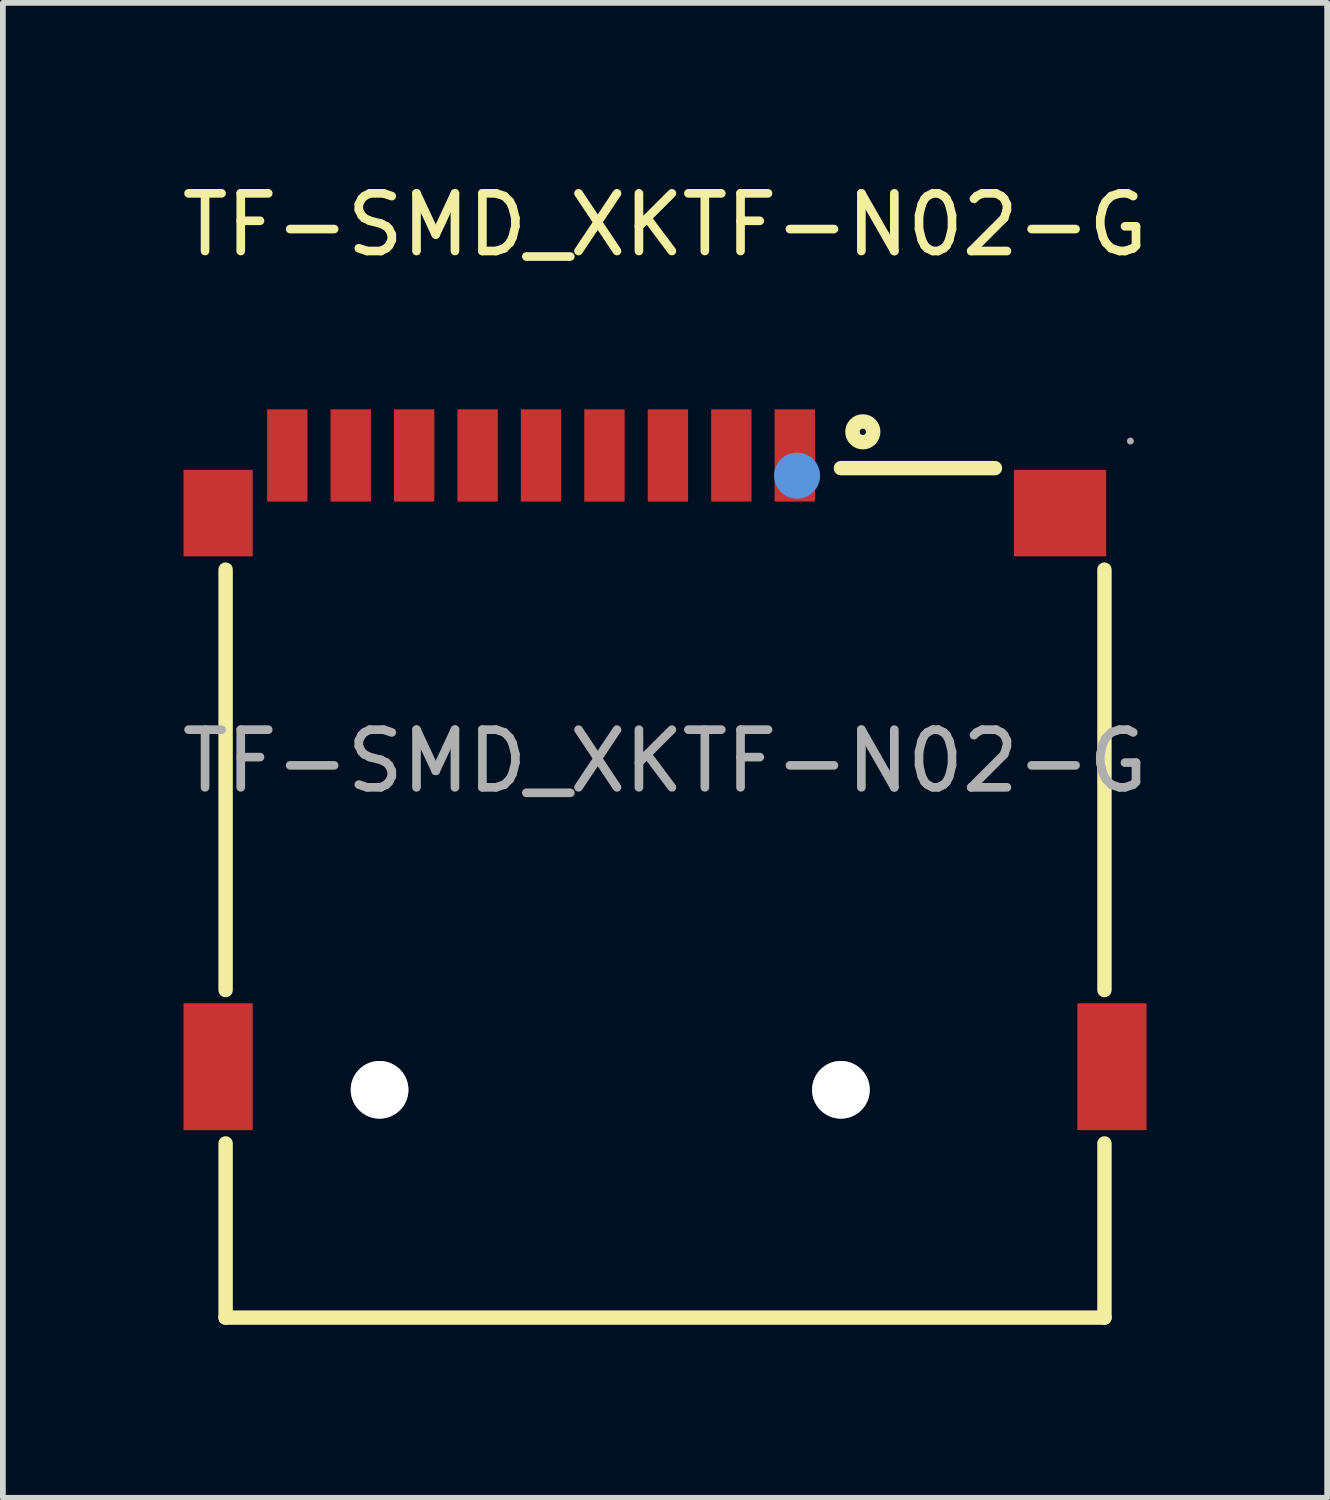
<source format=kicad_pcb>
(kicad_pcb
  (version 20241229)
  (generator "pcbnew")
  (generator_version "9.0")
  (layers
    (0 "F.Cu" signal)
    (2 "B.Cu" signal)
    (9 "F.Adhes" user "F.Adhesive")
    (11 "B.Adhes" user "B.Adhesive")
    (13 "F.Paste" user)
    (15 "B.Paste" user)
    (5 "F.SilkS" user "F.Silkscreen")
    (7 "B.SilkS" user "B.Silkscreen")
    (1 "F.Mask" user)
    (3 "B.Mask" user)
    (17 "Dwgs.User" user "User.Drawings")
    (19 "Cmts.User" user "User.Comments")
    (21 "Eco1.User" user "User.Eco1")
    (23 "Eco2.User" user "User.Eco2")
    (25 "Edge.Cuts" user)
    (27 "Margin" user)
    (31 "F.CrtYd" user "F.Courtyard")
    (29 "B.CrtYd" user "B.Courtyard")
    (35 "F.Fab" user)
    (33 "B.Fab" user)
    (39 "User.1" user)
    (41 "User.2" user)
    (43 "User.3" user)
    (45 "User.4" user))
  (footprint "TF-SMD_XKTF-N02-G"
    (layer "F.Cu")
    (at 8.482 10.148)
    (property "Reference" "TF-SMD_XKTF-N02-G" (at 0 -9.3 0) (layer "F.SilkS") (effects (font (size 1 1) (thickness 0.15))))
    (attr smd)
    (fp_line (start -7.62 -3.32) (end -7.62 3.97) (stroke (width 0.25) (type solid)) (layer "F.SilkS"))
    (fp_line (start -7.62 6.63) (end -7.62 9.65) (stroke (width 0.25) (type solid)) (layer "F.SilkS"))
    (fp_line (start -7.62 9.65) (end 7.62 9.65) (stroke (width 0.25) (type solid)) (layer "F.SilkS"))
    (fp_line (start 3.05 -5.08) (end 5.72 -5.08) (stroke (width 0.25) (type solid)) (layer "F.SilkS"))
    (fp_line (start 7.62 3.97) (end 7.62 -3.32) (stroke (width 0.25) (type solid)) (layer "F.SilkS"))
    (fp_line (start 7.62 9.65) (end 7.62 6.63) (stroke (width 0.25) (type solid)) (layer "F.SilkS"))
    (fp_circle (center 3.43 -5.71) (end 3.61 -5.71) (stroke (width 0.25) (type solid)) (fill no) (layer "F.SilkS"))
    (fp_circle (center 2.29 -4.95) (end 2.49 -4.95) (stroke (width 0.4) (type solid)) (fill no) (layer "Cmts.User"))
    (fp_circle (center -4.95 5.7) (end -4.75 5.7) (stroke (width 0.4) (type solid)) (fill no) (layer "F.Fab"))
    (fp_circle (center 3.05 5.7) (end 3.25 5.7) (stroke (width 0.4) (type solid)) (fill no) (layer "F.Fab"))
    (fp_circle (center 8.07 -5.55) (end 8.1 -5.55) (stroke (width 0.06) (type solid)) (fill no) (layer "F.Fab"))
    (fp_text user "${REFERENCE}" (at 0 0 0) (layer "F.Fab") (effects (font (size 1 1) (thickness 0.15))))
    (pad "" thru_hole circle (at -4.95 5.7) (size 1 1) (drill 1) (layers "*.Cu" "*.Mask"))
    (pad "" thru_hole circle (at 3.05 5.7) (size 1 1) (drill 1) (layers "*.Cu" "*.Mask"))
    (pad "1" smd rect (at 2.25 -5.3) (size 0.7 1.6) (layers "F.Cu" "F.Mask" "F.Paste"))
    (pad "2" smd rect (at 1.15 -5.3) (size 0.7 1.6) (layers "F.Cu" "F.Mask" "F.Paste"))
    (pad "3" smd rect (at 0.05 -5.3) (size 0.7 1.6) (layers "F.Cu" "F.Mask" "F.Paste"))
    (pad "4" smd rect (at -1.05 -5.3) (size 0.7 1.6) (layers "F.Cu" "F.Mask" "F.Paste"))
    (pad "5" smd rect (at -2.15 -5.3) (size 0.7 1.6) (layers "F.Cu" "F.Mask" "F.Paste"))
    (pad "6" smd rect (at -3.25 -5.3) (size 0.7 1.6) (layers "F.Cu" "F.Mask" "F.Paste"))
    (pad "7" smd rect (at -4.35 -5.3) (size 0.7 1.6) (layers "F.Cu" "F.Mask" "F.Paste"))
    (pad "8" smd rect (at -5.45 -5.3) (size 0.7 1.6) (layers "F.Cu" "F.Mask" "F.Paste"))
    (pad "9" smd rect (at -6.55 -5.3) (size 0.7 1.6) (layers "F.Cu" "F.Mask" "F.Paste"))
    (pad "10" smd rect (at -7.75 -4.3) (size 1.2 1.5) (layers "F.Cu" "F.Mask" "F.Paste"))
    (pad "10" smd rect (at -7.75 5.3) (size 1.2 2.2) (layers "F.Cu" "F.Mask" "F.Paste"))
    (pad "10" smd rect (at 6.85 -4.3) (size 1.6 1.5) (layers "F.Cu" "F.Mask" "F.Paste"))
    (pad "10" smd rect (at 7.75 5.3) (size 1.2 2.2) (layers "F.Cu" "F.Mask" "F.Paste")))
  (gr_rect
    (start -3 -3)
    (end 19.964 22.923)
    (stroke (width 0.1) (type default))
    (fill no)
    (layer "Edge.Cuts")))
</source>
